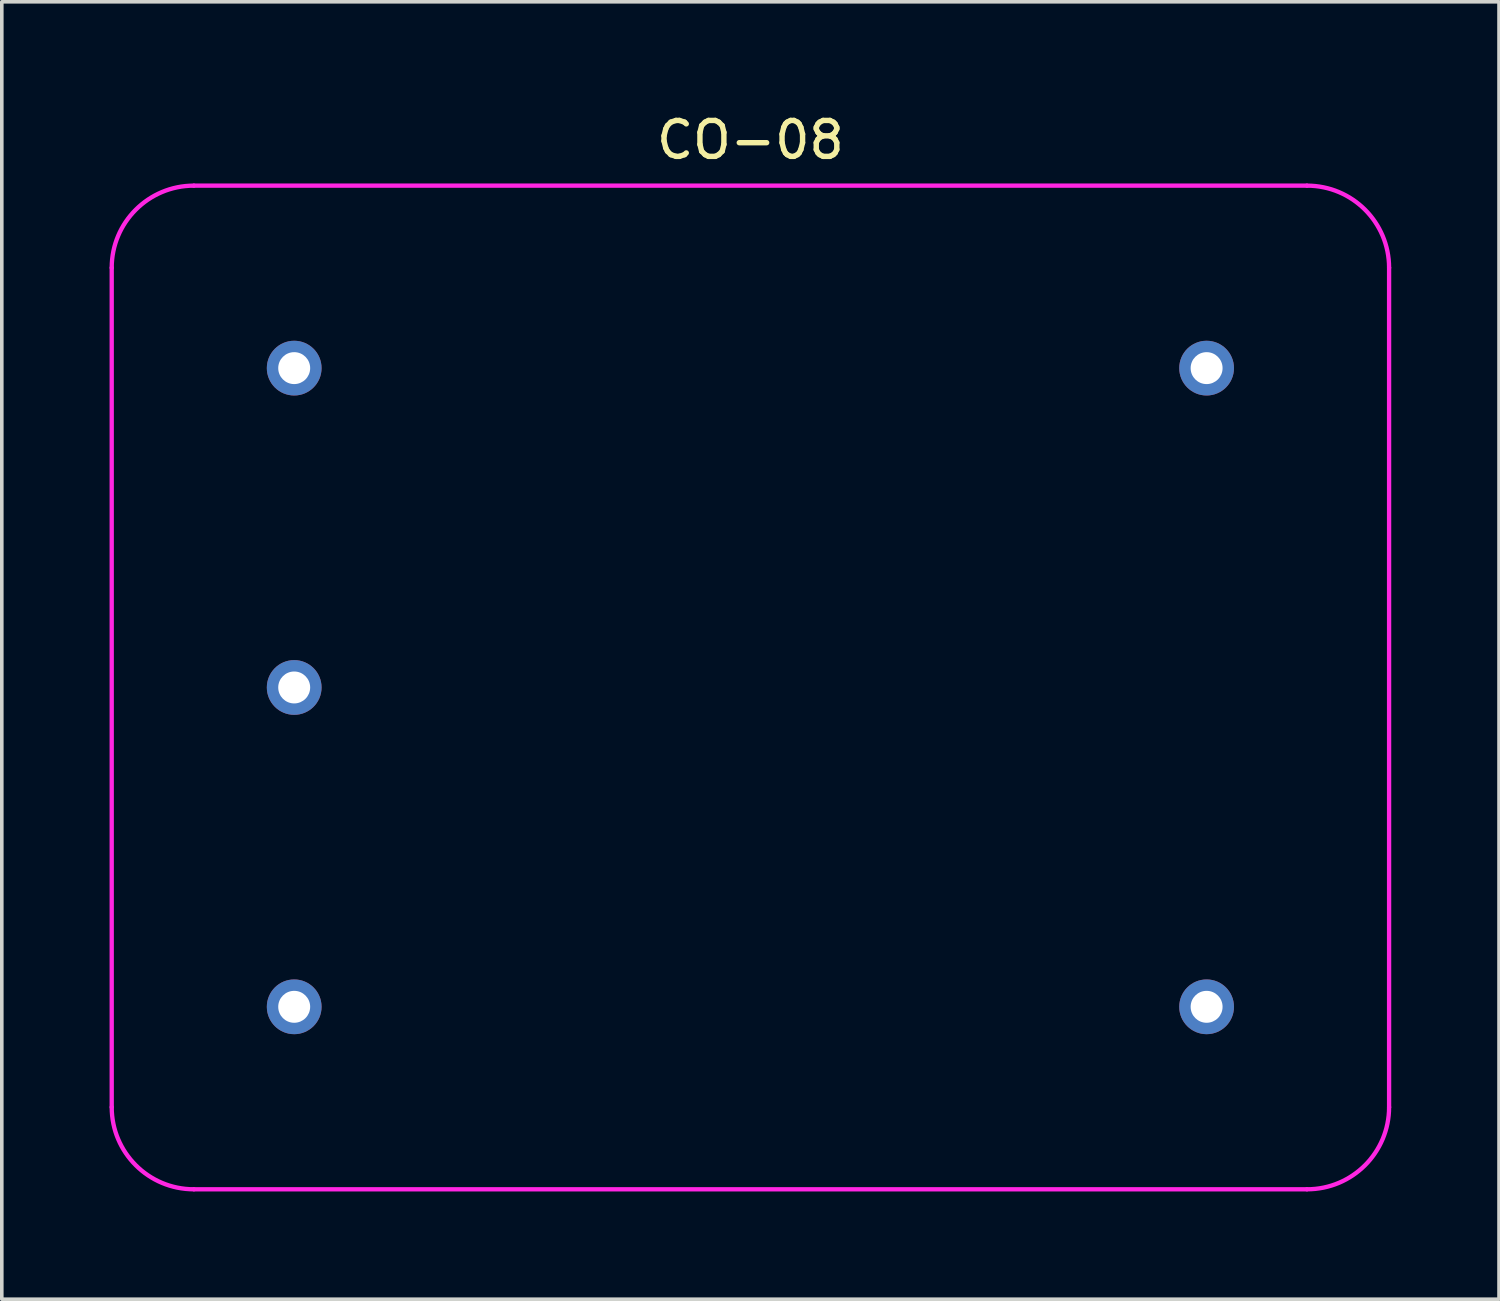
<source format=kicad_pcb>
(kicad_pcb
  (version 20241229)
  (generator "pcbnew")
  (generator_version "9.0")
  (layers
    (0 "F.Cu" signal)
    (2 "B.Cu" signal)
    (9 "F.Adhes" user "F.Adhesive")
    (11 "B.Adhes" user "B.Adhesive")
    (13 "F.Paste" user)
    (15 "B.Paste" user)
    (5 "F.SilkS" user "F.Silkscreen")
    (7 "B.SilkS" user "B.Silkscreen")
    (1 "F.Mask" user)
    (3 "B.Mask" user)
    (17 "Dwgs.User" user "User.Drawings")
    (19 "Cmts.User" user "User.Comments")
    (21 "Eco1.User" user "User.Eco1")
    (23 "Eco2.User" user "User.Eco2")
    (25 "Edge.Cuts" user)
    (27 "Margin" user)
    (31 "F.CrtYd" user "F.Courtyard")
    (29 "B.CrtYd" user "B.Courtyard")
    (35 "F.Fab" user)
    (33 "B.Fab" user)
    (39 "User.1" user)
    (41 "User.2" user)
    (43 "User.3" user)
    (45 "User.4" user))
  (footprint "CO-08"
    (layer "F.Cu")
    (at 17.84 16.088)
    (property "Reference" "CO-08" (at 0 -15.24 0) (layer "F.SilkS") (effects (font (size 1 1) (thickness 0.15))))
    (attr through_hole)
    (fp_line (start -17.78 -11.684) (end -17.78 11.684) (stroke (width 0.12) (type solid)) (layer "F.CrtYd"))
    (fp_line (start -15.494 13.97) (end 15.494 13.97) (stroke (width 0.12) (type solid)) (layer "F.CrtYd"))
    (fp_line (start 15.494 -13.97) (end -15.494 -13.97) (stroke (width 0.12) (type solid)) (layer "F.CrtYd"))
    (fp_line (start 17.78 11.684) (end 17.78 -11.684) (stroke (width 0.12) (type solid)) (layer "F.CrtYd"))
    (fp_arc (start -17.78 -11.684) (mid -17.110446 -13.300446) (end -15.494 -13.97) (stroke (width 0.12) (type solid)) (layer "F.CrtYd"))
    (fp_arc (start -15.494 13.97) (mid -17.110446 13.300446) (end -17.78 11.684) (stroke (width 0.12) (type solid)) (layer "F.CrtYd"))
    (fp_arc (start 15.494 -13.97) (mid 17.110446 -13.300446) (end 17.78 -11.684) (stroke (width 0.12) (type solid)) (layer "F.CrtYd"))
    (fp_arc (start 17.78 11.684) (mid 17.110446 13.300446) (end 15.494 13.97) (stroke (width 0.12) (type solid)) (layer "F.CrtYd"))
    (pad "1" thru_hole circle (at -12.7 -8.89) (size 1.524 1.524) (drill 0.889) (layers "*.Cu" "*.Mask"))
    (pad "2" thru_hole circle (at -12.7 0) (size 1.524 1.524) (drill 0.889) (layers "*.Cu" "*.Mask"))
    (pad "3" thru_hole circle (at -12.7 8.89) (size 1.524 1.524) (drill 0.889) (layers "*.Cu" "*.Mask"))
    (pad "4" thru_hole circle (at 12.7 8.89) (size 1.524 1.524) (drill 0.889) (layers "*.Cu" "*.Mask"))
    (pad "5" thru_hole circle (at 12.7 -8.89) (size 1.524 1.524) (drill 0.889) (layers "*.Cu" "*.Mask")))
  (gr_rect
    (start -3 -3)
    (end 38.68 33.118)
    (stroke (width 0.1) (type default))
    (fill no)
    (layer "Edge.Cuts")))
</source>
